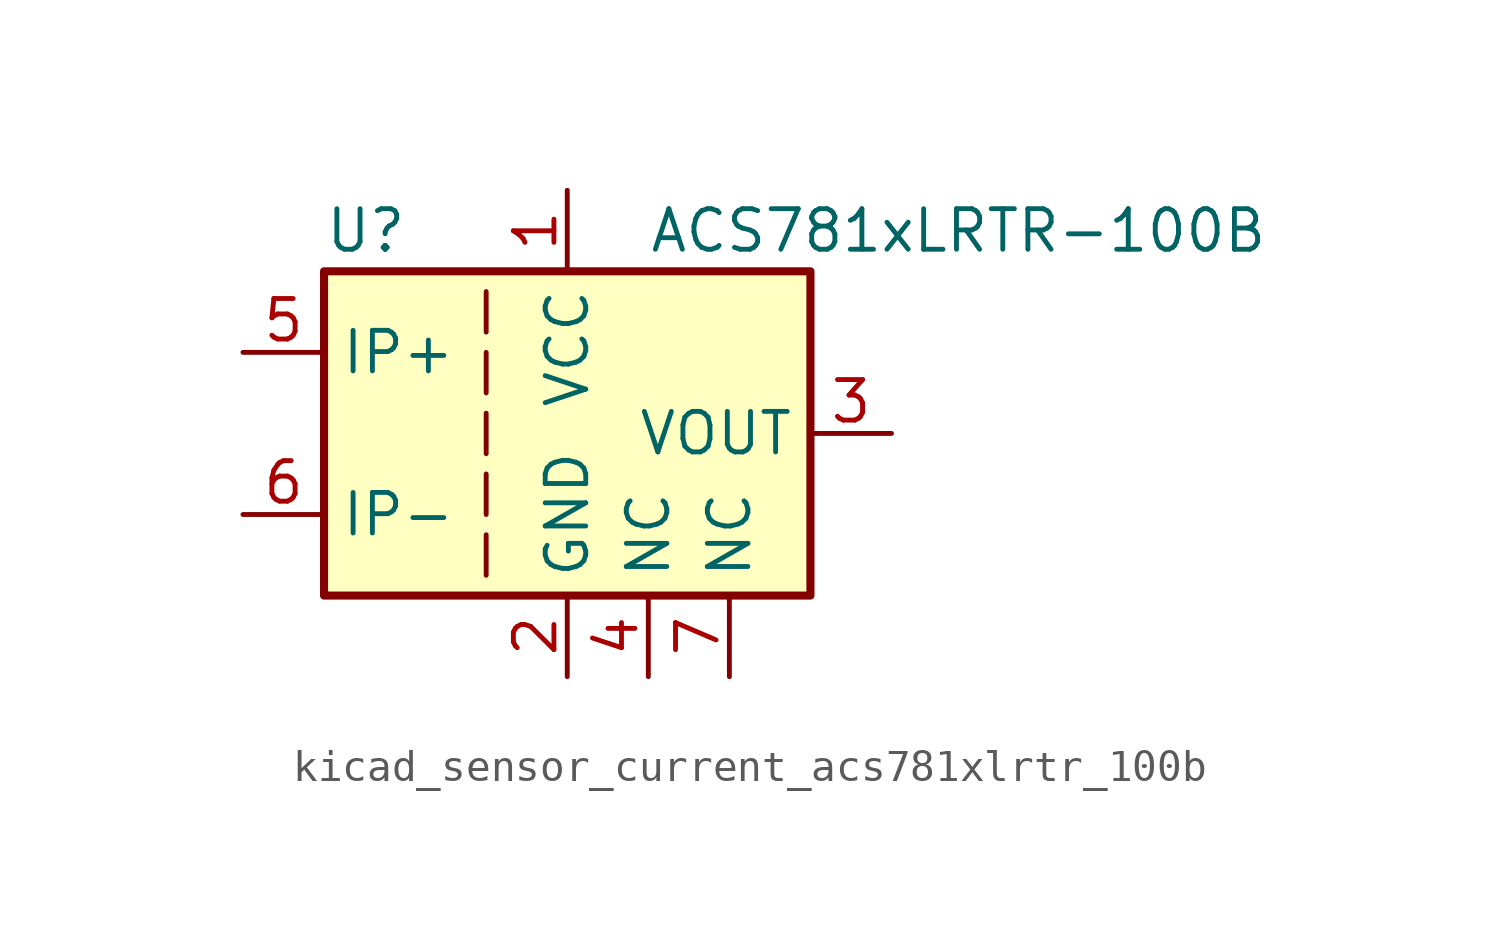
<source format=kicad_sym>
(kicad_symbol_lib
  (version 20220914)
  (generator kicad_symbol_editor)
  (symbol "kicad_sensor_current_acs781xlrtr_100b"
    (property "Reference" "U"
      (at -7.62 6.35 0)
      (effects (font (size 1.27 1.27)) (justify left)))
    (property "Value" "ACS781xLRTR-100B"
      (at 2.54 6.35 0)
      (effects (font (size 1.27 1.27)) (justify left)))
    (symbol "kicad_sensor_current_acs781xlrtr_100b_0_1"
      (rectangle (start -7.62 5.08) (end 7.62 -5.08) (stroke (width 0.254) (type default)) (fill (type background)))
      (polyline (pts (xy -2.54 -3.175) (xy -2.54 -4.445)) (stroke (width 0) (type default)) (fill (type none)))
      (polyline (pts (xy -2.54 -1.27) (xy -2.54 -2.54)) (stroke (width 0) (type default)) (fill (type none)))
      (polyline (pts (xy -2.54 0.635) (xy -2.54 -0.635)) (stroke (width 0) (type default)) (fill (type none)))
      (polyline (pts (xy -2.54 1.27) (xy -2.54 2.54)) (stroke (width 0) (type default)) (fill (type none)))
      (polyline (pts (xy -2.54 3.175) (xy -2.54 4.445)) (stroke (width 0) (type default)) (fill (type none))))
    (symbol "kicad_sensor_current_acs781xlrtr_100b_1_1"
      (pin power_in line (at 0 7.62 270) (length 2.54) (name "VCC" (effects (font (size 1.27 1.27)))) (number "1" (effects (font (size 1.27 1.27)))))
      (pin power_in line (at 0 -7.62 90) (length 2.54) (name "GND" (effects (font (size 1.27 1.27)))) (number "2" (effects (font (size 1.27 1.27)))))
      (pin output line (at 10.16 0 180) (length 2.54) (name "VOUT" (effects (font (size 1.27 1.27)))) (number "3" (effects (font (size 1.27 1.27)))))
      (pin passive line (at 2.54 -7.62 90) (length 2.54) (name "NC" (effects (font (size 1.27 1.27)))) (number "4" (effects (font (size 1.27 1.27)))))
      (pin passive line (at -10.16 2.54 0) (length 2.54) (name "IP+" (effects (font (size 1.27 1.27)))) (number "5" (effects (font (size 1.27 1.27)))))
      (pin passive line (at -10.16 -2.54 0) (length 2.54) (name "IP-" (effects (font (size 1.27 1.27)))) (number "6" (effects (font (size 1.27 1.27)))))
      (pin passive line (at 5.08 -7.62 90) (length 2.54) (name "NC" (effects (font (size 1.27 1.27)))) (number "7" (effects (font (size 1.27 1.27))))))))
</source>
